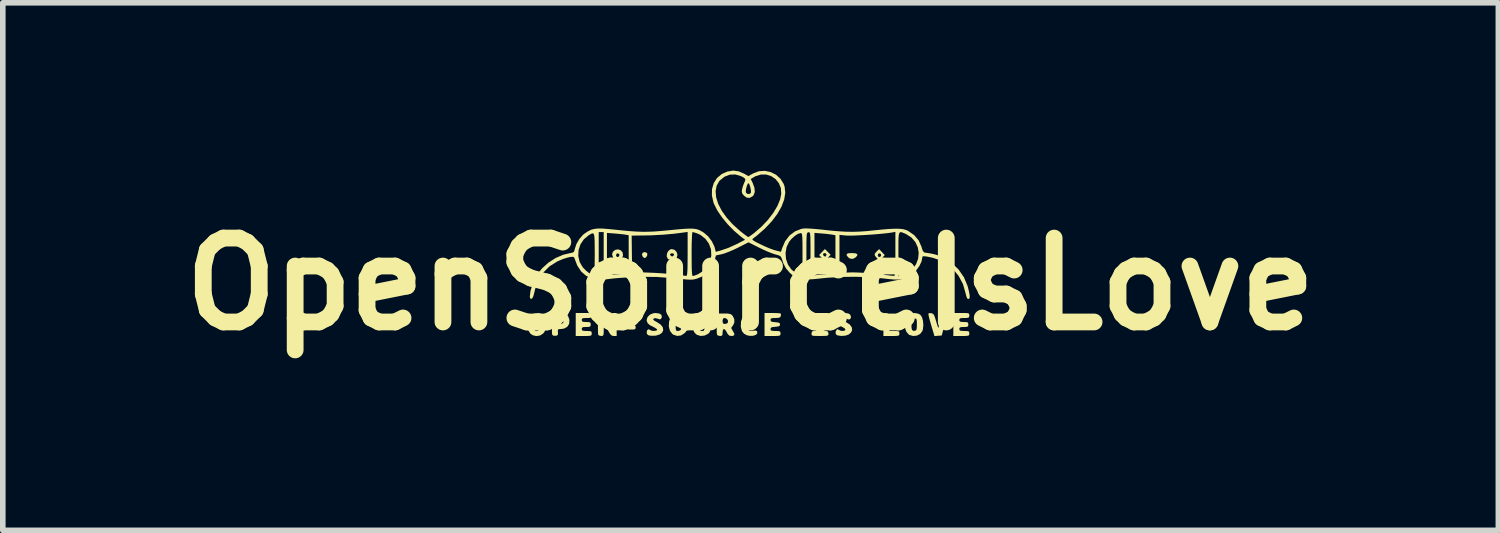
<source format=kicad_pcb>
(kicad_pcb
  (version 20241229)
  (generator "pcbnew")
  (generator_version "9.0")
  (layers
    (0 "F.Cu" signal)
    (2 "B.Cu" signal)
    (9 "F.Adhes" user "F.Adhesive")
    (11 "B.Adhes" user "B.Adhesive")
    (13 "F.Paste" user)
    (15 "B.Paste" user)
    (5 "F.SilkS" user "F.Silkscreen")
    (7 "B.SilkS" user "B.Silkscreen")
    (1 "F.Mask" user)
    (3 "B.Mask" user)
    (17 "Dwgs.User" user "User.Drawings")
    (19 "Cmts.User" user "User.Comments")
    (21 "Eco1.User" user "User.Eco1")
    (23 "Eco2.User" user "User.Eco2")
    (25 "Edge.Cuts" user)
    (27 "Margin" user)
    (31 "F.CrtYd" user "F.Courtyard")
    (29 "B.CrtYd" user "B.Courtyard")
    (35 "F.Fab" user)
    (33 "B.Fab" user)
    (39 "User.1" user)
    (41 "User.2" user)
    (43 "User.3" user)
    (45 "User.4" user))
  (footprint "OpenSourceIsLove"
    (layer "F.Cu")
    (at 10.371 2.029)
    (property "Reference" "OpenSourceIsLove" (at 0 0 0) (layer "F.SilkS") (effects (font (size 1.5 1.5) (thickness 0.3))))
    (attr board_only exclude_from_pos_files exclude_from_bom)
    (fp_poly (pts (xy -1.859 -0.56) (xy -1.846 -0.545) (xy -1.848 -0.512) (xy -1.867 -0.479) (xy -1.893 -0.464) (xy -1.893 -0.464) (xy -1.915 -0.477) (xy -1.929 -0.491) (xy -1.943 -0.528) (xy -1.928 -0.56) (xy -1.893 -0.572)) (stroke (width 0) (type solid)) (fill yes) (layer "F.SilkS"))
    (fp_poly (pts (xy 1.878 -0.549) (xy 1.909 -0.534) (xy 1.907 -0.509) (xy 1.879 -0.476) (xy 1.828 -0.449) (xy 1.776 -0.456) (xy 1.744 -0.479) (xy 1.718 -0.516) (xy 1.721 -0.539) (xy 1.754 -0.551) (xy 1.813 -0.554)) (stroke (width 0) (type solid)) (fill yes) (layer "F.SilkS"))
    (fp_poly (pts (xy -2.09 0.734) (xy -2.064 0.741) (xy -2.055 0.759) (xy -2.054 0.774) (xy -2.058 0.799) (xy -2.075 0.811) (xy -2.115 0.814) (xy -2.136 0.814) (xy -2.186 0.812) (xy -2.219 0.808) (xy -2.225 0.805) (xy -2.232 0.783) (xy -2.233 0.765) (xy -2.227 0.745) (xy -2.204 0.735) (xy -2.156 0.732) (xy -2.143 0.732)) (stroke (width 0) (type solid)) (fill yes) (layer "F.SilkS"))
    (fp_poly (pts (xy 2.425 0.521) (xy 2.448 0.525) (xy 2.463 0.535) (xy 2.471 0.558) (xy 2.476 0.602) (xy 2.479 0.674) (xy 2.479 0.683) (xy 2.484 0.84) (xy 2.573 0.84) (xy 2.626 0.841) (xy 2.652 0.848) (xy 2.661 0.867) (xy 2.661 0.884) (xy 2.66 0.906) (xy 2.651 0.92) (xy 2.626 0.926) (xy 2.579 0.929) (xy 2.519 0.929) (xy 2.376 0.929) (xy 2.376 0.722) (xy 2.376 0.516)) (stroke (width 0) (type solid)) (fill yes) (layer "F.SilkS"))
    (fp_poly (pts (xy 1.381 -0.575) (xy 1.432 -0.523) (xy 1.388 -0.476) (xy 1.35 -0.44) (xy 1.32 -0.433) (xy 1.287 -0.454) (xy 1.268 -0.473) (xy 1.226 -0.518) (xy 1.229 -0.521) (xy 1.297 -0.521) (xy 1.314 -0.499) (xy 1.337 -0.491) (xy 1.342 -0.492) (xy 1.356 -0.517) (xy 1.358 -0.528) (xy 1.344 -0.55) (xy 1.316 -0.552) (xy 1.298 -0.542) (xy 1.297 -0.521) (xy 1.229 -0.521) (xy 1.278 -0.572) (xy 1.329 -0.626)) (stroke (width 0) (type solid)) (fill yes) (layer "F.SilkS"))
    (fp_poly (pts (xy -2.319 -0.602) (xy -2.288 -0.564) (xy -2.28 -0.515) (xy -2.296 -0.469) (xy -2.337 -0.435) (xy -2.387 -0.429) (xy -2.436 -0.449) (xy -2.457 -0.472) (xy -2.471 -0.513) (xy -2.406 -0.513) (xy -2.393 -0.488) (xy -2.376 -0.482) (xy -2.353 -0.495) (xy -2.348 -0.502) (xy -2.346 -0.529) (xy -2.365 -0.547) (xy -2.391 -0.545) (xy -2.396 -0.541) (xy -2.406 -0.513) (xy -2.471 -0.513) (xy -2.476 -0.527) (xy -2.462 -0.577) (xy -2.419 -0.611) (xy -2.365 -0.62)) (stroke (width 0) (type solid)) (fill yes) (layer "F.SilkS"))
    (fp_poly (pts (xy 2.349 -0.571) (xy 2.4 -0.518) (xy 2.358 -0.473) (xy 2.323 -0.44) (xy 2.299 -0.433) (xy 2.272 -0.452) (xy 2.254 -0.47) (xy 2.223 -0.509) (xy 2.222 -0.513) (xy 2.274 -0.513) (xy 2.287 -0.488) (xy 2.304 -0.482) (xy 2.327 -0.495) (xy 2.332 -0.502) (xy 2.334 -0.529) (xy 2.315 -0.547) (xy 2.289 -0.545) (xy 2.284 -0.541) (xy 2.274 -0.513) (xy 2.222 -0.513) (xy 2.22 -0.54) (xy 2.247 -0.574) (xy 2.257 -0.584) (xy 2.299 -0.624)) (stroke (width 0) (type solid)) (fill yes) (layer "F.SilkS"))
    (fp_poly (pts (xy -1.358 -0.611) (xy -1.323 -0.574) (xy -1.307 -0.526) (xy -1.317 -0.478) (xy -1.332 -0.457) (xy -1.374 -0.435) (xy -1.426 -0.43) (xy -1.471 -0.444) (xy -1.479 -0.45) (xy -1.499 -0.492) (xy -1.496 -0.533) (xy -1.441 -0.533) (xy -1.429 -0.51) (xy -1.429 -0.509) (xy -1.404 -0.492) (xy -1.381 -0.503) (xy -1.367 -0.528) (xy -1.373 -0.541) (xy -1.403 -0.55) (xy -1.421 -0.547) (xy -1.441 -0.533) (xy -1.496 -0.533) (xy -1.495 -0.542) (xy -1.473 -0.589) (xy -1.436 -0.619) (xy -1.409 -0.625)) (stroke (width 0) (type solid)) (fill yes) (layer "F.SilkS"))
    (fp_poly (pts (xy 0.04 0.523) (xy 0.095 0.533) (xy 0.12 0.548) (xy 0.12 0.573) (xy 0.109 0.601) (xy 0.09 0.632) (xy 0.072 0.632) (xy 0.067 0.628) (xy 0.027 0.609) (xy -0.018 0.613) (xy -0.052 0.639) (xy -0.053 0.642) (xy -0.07 0.7) (xy -0.067 0.765) (xy -0.047 0.812) (xy -0.021 0.834) (xy 0.018 0.837) (xy 0.043 0.834) (xy 0.091 0.831) (xy 0.114 0.842) (xy 0.12 0.852) (xy 0.119 0.886) (xy 0.091 0.911) (xy 0.045 0.925) (xy -0.01 0.927) (xy -0.065 0.916) (xy -0.113 0.891) (xy -0.117 0.888) (xy -0.153 0.843) (xy -0.171 0.78) (xy -0.174 0.763) (xy -0.171 0.669) (xy -0.143 0.596) (xy -0.091 0.546) (xy -0.019 0.522)) (stroke (width 0) (type solid)) (fill yes) (layer "F.SilkS"))
    (fp_poly (pts (xy -2.394 0.723) (xy -2.394 0.929) (xy -2.445 0.929) (xy -2.473 0.925) (xy -2.497 0.91) (xy -2.522 0.876) (xy -2.556 0.817) (xy -2.56 0.808) (xy -2.625 0.688) (xy -2.625 0.808) (xy -2.626 0.872) (xy -2.63 0.908) (xy -2.641 0.924) (xy -2.661 0.929) (xy -2.671 0.929) (xy -2.708 0.921) (xy -2.724 0.907) (xy -2.727 0.88) (xy -2.729 0.827) (xy -2.729 0.755) (xy -2.728 0.706) (xy -2.724 0.527) (xy -2.667 0.521) (xy -2.636 0.521) (xy -2.613 0.53) (xy -2.59 0.557) (xy -2.562 0.607) (xy -2.551 0.629) (xy -2.492 0.741) (xy -2.486 0.63) (xy -2.483 0.569) (xy -2.476 0.535) (xy -2.463 0.521) (xy -2.439 0.518) (xy -2.437 0.518) (xy -2.394 0.518)) (stroke (width 0) (type solid)) (fill yes) (layer "F.SilkS"))
    (fp_poly (pts (xy 3.509 0.525) (xy 3.515 0.542) (xy 3.511 0.576) (xy 3.497 0.633) (xy 3.474 0.718) (xy 3.468 0.741) (xy 3.418 0.92) (xy 3.354 0.925) (xy 3.289 0.931) (xy 3.243 0.779) (xy 3.221 0.703) (xy 3.201 0.633) (xy 3.188 0.582) (xy 3.186 0.571) (xy 3.18 0.533) (xy 3.192 0.52) (xy 3.226 0.521) (xy 3.253 0.527) (xy 3.272 0.542) (xy 3.289 0.573) (xy 3.307 0.628) (xy 3.317 0.661) (xy 3.335 0.722) (xy 3.35 0.767) (xy 3.358 0.786) (xy 3.358 0.786) (xy 3.364 0.765) (xy 3.375 0.72) (xy 3.389 0.658) (xy 3.391 0.652) (xy 3.408 0.587) (xy 3.422 0.548) (xy 3.439 0.529) (xy 3.464 0.522) (xy 3.47 0.521) (xy 3.494 0.52)) (stroke (width 0) (type solid)) (fill yes) (layer "F.SilkS"))
    (fp_poly (pts (xy -3.345 0.531) (xy -3.292 0.547) (xy -3.26 0.579) (xy -3.242 0.631) (xy -3.239 0.647) (xy -3.244 0.713) (xy -3.278 0.765) (xy -3.336 0.797) (xy -3.385 0.804) (xy -3.428 0.806) (xy -3.445 0.819) (xy -3.445 0.853) (xy -3.444 0.862) (xy -3.444 0.902) (xy -3.459 0.92) (xy -3.488 0.926) (xy -3.53 0.922) (xy -3.546 0.906) (xy -3.55 0.879) (xy -3.552 0.824) (xy -3.552 0.753) (xy -3.551 0.704) (xy -3.55 0.669) (xy -3.447 0.669) (xy -3.44 0.704) (xy -3.412 0.714) (xy -3.402 0.714) (xy -3.364 0.705) (xy -3.346 0.686) (xy -3.349 0.652) (xy -3.363 0.63) (xy -3.4 0.611) (xy -3.431 0.623) (xy -3.447 0.661) (xy -3.447 0.669) (xy -3.55 0.669) (xy -3.546 0.527) (xy -3.426 0.527)) (stroke (width 0) (type solid)) (fill yes) (layer "F.SilkS"))
    (fp_poly (pts (xy -1.198 0.547) (xy -1.172 0.573) (xy -1.142 0.616) (xy -1.129 0.663) (xy -1.125 0.726) (xy -1.128 0.788) (xy -1.14 0.83) (xy -1.166 0.865) (xy -1.178 0.877) (xy -1.242 0.919) (xy -1.312 0.928) (xy -1.381 0.905) (xy -1.399 0.892) (xy -1.441 0.838) (xy -1.461 0.761) (xy -1.46 0.732) (xy -1.34 0.732) (xy -1.339 0.791) (xy -1.333 0.824) (xy -1.321 0.837) (xy -1.297 0.84) (xy -1.297 0.84) (xy -1.26 0.829) (xy -1.243 0.811) (xy -1.233 0.761) (xy -1.234 0.704) (xy -1.244 0.653) (xy -1.259 0.625) (xy -1.296 0.607) (xy -1.322 0.623) (xy -1.336 0.672) (xy -1.34 0.732) (xy -1.46 0.732) (xy -1.457 0.672) (xy -1.457 0.668) (xy -1.429 0.596) (xy -1.382 0.545) (xy -1.322 0.519) (xy -1.259 0.519)) (stroke (width 0) (type solid)) (fill yes) (layer "F.SilkS"))
    (fp_poly (pts (xy -0.714 0.685) (xy -0.715 0.765) (xy -0.718 0.817) (xy -0.725 0.849) (xy -0.739 0.871) (xy -0.76 0.891) (xy -0.762 0.892) (xy -0.823 0.922) (xy -0.893 0.928) (xy -0.956 0.909) (xy -0.979 0.893) (xy -1.008 0.859) (xy -1.025 0.818) (xy -1.033 0.762) (xy -1.034 0.681) (xy -1.032 0.652) (xy -1.029 0.586) (xy -1.023 0.549) (xy -1.012 0.53) (xy -0.991 0.523) (xy -0.978 0.521) (xy -0.929 0.516) (xy -0.929 0.649) (xy -0.927 0.735) (xy -0.921 0.791) (xy -0.909 0.823) (xy -0.888 0.837) (xy -0.865 0.84) (xy -0.845 0.838) (xy -0.832 0.828) (xy -0.825 0.802) (xy -0.821 0.754) (xy -0.818 0.683) (xy -0.815 0.608) (xy -0.811 0.562) (xy -0.803 0.537) (xy -0.789 0.526) (xy -0.767 0.522) (xy -0.764 0.521) (xy -0.714 0.516)) (stroke (width 0) (type solid)) (fill yes) (layer "F.SilkS"))
    (fp_poly (pts (xy 3.005 0.532) (xy 3.037 0.551) (xy 3.065 0.592) (xy 3.083 0.656) (xy 3.09 0.731) (xy 3.083 0.803) (xy 3.072 0.841) (xy 3.033 0.892) (xy 2.975 0.922) (xy 2.907 0.929) (xy 2.842 0.911) (xy 2.828 0.902) (xy 2.786 0.853) (xy 2.762 0.784) (xy 2.762 0.775) (xy 2.878 0.775) (xy 2.886 0.818) (xy 2.907 0.836) (xy 2.934 0.836) (xy 2.956 0.83) (xy 2.968 0.812) (xy 2.973 0.776) (xy 2.974 0.723) (xy 2.973 0.664) (xy 2.968 0.632) (xy 2.955 0.619) (xy 2.931 0.616) (xy 2.929 0.616) (xy 2.902 0.62) (xy 2.888 0.636) (xy 2.881 0.675) (xy 2.879 0.703) (xy 2.878 0.775) (xy 2.762 0.775) (xy 2.758 0.706) (xy 2.772 0.63) (xy 2.807 0.568) (xy 2.815 0.56) (xy 2.87 0.527) (xy 2.938 0.518)) (stroke (width 0) (type solid)) (fill yes) (layer "F.SilkS"))
    (fp_poly (pts (xy -1.632 0.527) (xy -1.594 0.551) (xy -1.586 0.589) (xy -1.59 0.602) (xy -1.605 0.627) (xy -1.627 0.631) (xy -1.66 0.62) (xy -1.705 0.609) (xy -1.732 0.617) (xy -1.735 0.62) (xy -1.74 0.637) (xy -1.718 0.657) (xy -1.674 0.681) (xy -1.607 0.725) (xy -1.569 0.775) (xy -1.561 0.825) (xy -1.584 0.872) (xy -1.626 0.902) (xy -1.695 0.923) (xy -1.777 0.925) (xy -1.826 0.917) (xy -1.852 0.893) (xy -1.858 0.866) (xy -1.848 0.825) (xy -1.826 0.808) (xy -1.799 0.82) (xy -1.767 0.835) (xy -1.723 0.839) (xy -1.684 0.832) (xy -1.67 0.822) (xy -1.678 0.804) (xy -1.71 0.782) (xy -1.727 0.773) (xy -1.798 0.737) (xy -1.839 0.701) (xy -1.856 0.661) (xy -1.858 0.642) (xy -1.841 0.589) (xy -1.798 0.546) (xy -1.736 0.522) (xy -1.698 0.518)) (stroke (width 0) (type solid)) (fill yes) (layer "F.SilkS"))
    (fp_poly (pts (xy 1.754 0.529) (xy 1.774 0.54) (xy 1.793 0.569) (xy 1.794 0.602) (xy 1.781 0.628) (xy 1.757 0.634) (xy 1.753 0.633) (xy 1.692 0.613) (xy 1.652 0.611) (xy 1.637 0.623) (xy 1.65 0.646) (xy 1.695 0.675) (xy 1.707 0.681) (xy 1.774 0.724) (xy 1.81 0.773) (xy 1.817 0.821) (xy 1.798 0.865) (xy 1.758 0.901) (xy 1.697 0.923) (xy 1.62 0.928) (xy 1.55 0.917) (xy 1.524 0.895) (xy 1.521 0.855) (xy 1.536 0.822) (xy 1.555 0.805) (xy 1.575 0.817) (xy 1.606 0.834) (xy 1.647 0.839) (xy 1.682 0.833) (xy 1.697 0.815) (xy 1.697 0.815) (xy 1.682 0.792) (xy 1.645 0.77) (xy 1.639 0.767) (xy 1.568 0.731) (xy 1.529 0.689) (xy 1.518 0.642) (xy 1.534 0.591) (xy 1.576 0.551) (xy 1.633 0.524) (xy 1.695 0.516)) (stroke (width 0) (type solid)) (fill yes) (layer "F.SilkS"))
    (fp_poly (pts (xy -3.741 0.532) (xy -3.708 0.56) (xy -3.682 0.591) (xy -3.668 0.625) (xy -3.662 0.676) (xy -3.662 0.72) (xy -3.664 0.788) (xy -3.673 0.832) (xy -3.692 0.866) (xy -3.706 0.882) (xy -3.763 0.92) (xy -3.832 0.931) (xy -3.899 0.914) (xy -3.938 0.886) (xy -3.98 0.82) (xy -3.989 0.775) (xy -3.874 0.775) (xy -3.865 0.818) (xy -3.845 0.836) (xy -3.818 0.836) (xy -3.796 0.83) (xy -3.784 0.812) (xy -3.779 0.776) (xy -3.778 0.723) (xy -3.779 0.664) (xy -3.784 0.632) (xy -3.797 0.619) (xy -3.821 0.616) (xy -3.823 0.616) (xy -3.85 0.62) (xy -3.864 0.636) (xy -3.871 0.675) (xy -3.873 0.703) (xy -3.874 0.775) (xy -3.989 0.775) (xy -3.996 0.737) (xy -3.985 0.648) (xy -3.961 0.585) (xy -3.926 0.548) (xy -3.869 0.528) (xy -3.833 0.523) (xy -3.778 0.52)) (stroke (width 0) (type solid)) (fill yes) (layer "F.SilkS"))
    (fp_poly (pts (xy -2.912 0.518) (xy -2.87 0.521) (xy -2.848 0.529) (xy -2.841 0.544) (xy -2.84 0.563) (xy -2.843 0.589) (xy -2.858 0.602) (xy -2.894 0.607) (xy -2.929 0.607) (xy -2.983 0.609) (xy -3.01 0.617) (xy -3.018 0.635) (xy -3.019 0.643) (xy -3.013 0.665) (xy -2.992 0.676) (xy -2.944 0.679) (xy -2.938 0.679) (xy -2.889 0.681) (xy -2.865 0.69) (xy -2.858 0.711) (xy -2.858 0.723) (xy -2.861 0.751) (xy -2.878 0.764) (xy -2.917 0.768) (xy -2.938 0.768) (xy -2.989 0.77) (xy -3.012 0.78) (xy -3.019 0.801) (xy -3.019 0.804) (xy -3.014 0.825) (xy -2.994 0.836) (xy -2.95 0.839) (xy -2.929 0.84) (xy -2.876 0.841) (xy -2.85 0.848) (xy -2.841 0.866) (xy -2.84 0.884) (xy -2.842 0.906) (xy -2.851 0.92) (xy -2.876 0.926) (xy -2.923 0.929) (xy -2.983 0.929) (xy -3.126 0.929) (xy -3.126 0.723) (xy -3.126 0.518) (xy -2.983 0.518)) (stroke (width 0) (type solid)) (fill yes) (layer "F.SilkS"))
    (fp_poly (pts (xy 3.84 0.518) (xy 3.882 0.521) (xy 3.904 0.529) (xy 3.911 0.544) (xy 3.912 0.563) (xy 3.909 0.589) (xy 3.894 0.602) (xy 3.858 0.607) (xy 3.823 0.607) (xy 3.769 0.609) (xy 3.742 0.617) (xy 3.734 0.635) (xy 3.733 0.643) (xy 3.738 0.665) (xy 3.76 0.676) (xy 3.808 0.679) (xy 3.814 0.679) (xy 3.863 0.681) (xy 3.887 0.69) (xy 3.894 0.711) (xy 3.894 0.723) (xy 3.891 0.751) (xy 3.874 0.764) (xy 3.835 0.768) (xy 3.814 0.768) (xy 3.763 0.77) (xy 3.74 0.78) (xy 3.733 0.801) (xy 3.733 0.804) (xy 3.738 0.825) (xy 3.758 0.836) (xy 3.802 0.839) (xy 3.823 0.84) (xy 3.876 0.841) (xy 3.902 0.848) (xy 3.911 0.866) (xy 3.912 0.884) (xy 3.91 0.906) (xy 3.901 0.92) (xy 3.876 0.926) (xy 3.829 0.929) (xy 3.769 0.929) (xy 3.626 0.929) (xy 3.626 0.723) (xy 3.626 0.518) (xy 3.769 0.518)) (stroke (width 0) (type solid)) (fill yes) (layer "F.SilkS"))
    (fp_poly (pts (xy 0.457 0.519) (xy 0.51 0.522) (xy 0.538 0.527) (xy 0.54 0.528) (xy 0.544 0.551) (xy 0.541 0.573) (xy 0.528 0.594) (xy 0.5 0.605) (xy 0.446 0.607) (xy 0.444 0.607) (xy 0.392 0.609) (xy 0.365 0.618) (xy 0.357 0.636) (xy 0.357 0.642) (xy 0.363 0.664) (xy 0.387 0.676) (xy 0.438 0.682) (xy 0.442 0.682) (xy 0.494 0.688) (xy 0.52 0.699) (xy 0.527 0.72) (xy 0.527 0.723) (xy 0.521 0.746) (xy 0.498 0.758) (xy 0.449 0.764) (xy 0.442 0.765) (xy 0.39 0.77) (xy 0.364 0.782) (xy 0.357 0.803) (xy 0.357 0.805) (xy 0.362 0.826) (xy 0.383 0.836) (xy 0.428 0.839) (xy 0.447 0.84) (xy 0.5 0.841) (xy 0.526 0.848) (xy 0.535 0.866) (xy 0.536 0.884) (xy 0.534 0.906) (xy 0.525 0.92) (xy 0.5 0.926) (xy 0.453 0.929) (xy 0.393 0.929) (xy 0.25 0.929) (xy 0.25 0.723) (xy 0.25 0.518) (xy 0.39 0.518)) (stroke (width 0) (type solid)) (fill yes) (layer "F.SilkS"))
    (fp_poly (pts (xy 1.39 0.567) (xy 1.379 0.604) (xy 1.35 0.616) (xy 1.34 0.616) (xy 1.315 0.619) (xy 1.302 0.631) (xy 1.296 0.662) (xy 1.295 0.72) (xy 1.295 0.723) (xy 1.296 0.783) (xy 1.301 0.816) (xy 1.315 0.83) (xy 1.341 0.836) (xy 1.344 0.836) (xy 1.381 0.848) (xy 1.393 0.877) (xy 1.393 0.885) (xy 1.392 0.906) (xy 1.382 0.919) (xy 1.358 0.926) (xy 1.312 0.928) (xy 1.241 0.929) (xy 1.168 0.928) (xy 1.123 0.926) (xy 1.1 0.919) (xy 1.091 0.906) (xy 1.09 0.884) (xy 1.097 0.85) (xy 1.126 0.84) (xy 1.134 0.84) (xy 1.158 0.837) (xy 1.172 0.826) (xy 1.177 0.797) (xy 1.179 0.742) (xy 1.179 0.723) (xy 1.177 0.665) (xy 1.172 0.624) (xy 1.166 0.609) (xy 1.116 0.608) (xy 1.092 0.584) (xy 1.09 0.563) (xy 1.091 0.541) (xy 1.1 0.528) (xy 1.123 0.521) (xy 1.168 0.518) (xy 1.241 0.518) (xy 1.243 0.518) (xy 1.396 0.518)) (stroke (width 0) (type solid)) (fill yes) (layer "F.SilkS"))
    (fp_poly (pts (xy -0.409 0.528) (xy -0.366 0.535) (xy -0.339 0.549) (xy -0.32 0.569) (xy -0.291 0.627) (xy -0.29 0.689) (xy -0.315 0.743) (xy -0.32 0.748) (xy -0.341 0.773) (xy -0.343 0.794) (xy -0.324 0.827) (xy -0.32 0.833) (xy -0.292 0.884) (xy -0.291 0.914) (xy -0.317 0.927) (xy -0.34 0.929) (xy -0.38 0.922) (xy -0.407 0.896) (xy -0.423 0.866) (xy -0.448 0.826) (xy -0.472 0.805) (xy -0.477 0.804) (xy -0.494 0.82) (xy -0.5 0.866) (xy -0.503 0.909) (xy -0.518 0.926) (xy -0.545 0.929) (xy -0.583 0.921) (xy -0.6 0.905) (xy -0.603 0.878) (xy -0.605 0.824) (xy -0.605 0.753) (xy -0.604 0.704) (xy -0.602 0.661) (xy -0.5 0.661) (xy -0.495 0.699) (xy -0.475 0.713) (xy -0.457 0.714) (xy -0.42 0.704) (xy -0.404 0.685) (xy -0.405 0.647) (xy -0.432 0.617) (xy -0.467 0.607) (xy -0.491 0.617) (xy -0.5 0.651) (xy -0.5 0.661) (xy -0.602 0.661) (xy -0.598 0.527) (xy -0.476 0.527)) (stroke (width 0) (type solid)) (fill yes) (layer "F.SilkS"))
    (fp_poly (pts (xy -0.211 -2.015) (xy -0.113 -1.972) (xy -0.039 -1.93) (xy 0.047 -1.978) (xy 0.15 -2.017) (xy 0.256 -2.024) (xy 0.36 -2.002) (xy 0.455 -1.955) (xy 0.534 -1.884) (xy 0.591 -1.793) (xy 0.609 -1.743) (xy 0.621 -1.633) (xy 0.602 -1.513) (xy 0.554 -1.385) (xy 0.479 -1.253) (xy 0.378 -1.12) (xy 0.255 -0.99) (xy 0.111 -0.864) (xy 0.047 -0.816) (xy 0.034 -0.804) (xy 0.036 -0.791) (xy 0.055 -0.775) (xy 0.098 -0.75) (xy 0.168 -0.715) (xy 0.181 -0.709) (xy 0.263 -0.67) (xy 0.347 -0.635) (xy 0.418 -0.609) (xy 0.447 -0.601) (xy 0.545 -0.576) (xy 0.565 -0.642) (xy 0.619 -0.766) (xy 0.696 -0.867) (xy 0.794 -0.941) (xy 0.907 -0.986) (xy 0.94 -0.992) (xy 0.984 -0.995) (xy 1.054 -0.992) (xy 1.141 -0.986) (xy 1.236 -0.977) (xy 1.25 -0.976) (xy 1.429 -0.956) (xy 1.581 -0.943) (xy 1.714 -0.935) (xy 1.838 -0.934) (xy 1.959 -0.938) (xy 2.087 -0.947) (xy 2.188 -0.958) (xy 2.349 -0.974) (xy 2.479 -0.985) (xy 2.582 -0.989) (xy 2.664 -0.988) (xy 2.728 -0.981) (xy 2.779 -0.967) (xy 2.814 -0.952) (xy 2.925 -0.876) (xy 3.006 -0.781) (xy 3.057 -0.666) (xy 3.061 -0.65) (xy 3.081 -0.593) (xy 3.104 -0.566) (xy 3.118 -0.562) (xy 3.217 -0.547) (xy 3.294 -0.531) (xy 3.36 -0.51) (xy 3.429 -0.48) (xy 3.452 -0.469) (xy 3.598 -0.377) (xy 3.72 -0.26) (xy 3.816 -0.12) (xy 3.882 0.039) (xy 3.903 0.121) (xy 3.917 0.194) (xy 3.919 0.238) (xy 3.911 0.261) (xy 3.89 0.268) (xy 3.887 0.268) (xy 3.871 0.251) (xy 3.855 0.206) (xy 3.844 0.16) (xy 3.798 -0.001) (xy 3.721 -0.144) (xy 3.636 -0.248) (xy 3.521 -0.35) (xy 3.4 -0.422) (xy 3.262 -0.468) (xy 3.238 -0.474) (xy 3.161 -0.49) (xy 3.112 -0.497) (xy 3.085 -0.497) (xy 3.074 -0.489) (xy 3.072 -0.478) (xy 3.057 -0.402) (xy 3.017 -0.32) (xy 2.959 -0.239) (xy 2.889 -0.17) (xy 2.824 -0.126) (xy 2.771 -0.102) (xy 2.717 -0.087) (xy 2.656 -0.08) (xy 2.579 -0.08) (xy 2.481 -0.088) (xy 2.374 -0.1) (xy 2.139 -0.121) (xy 1.884 -0.13) (xy 1.624 -0.127) (xy 1.372 -0.112) (xy 1.263 -0.101) (xy 1.124 -0.087) (xy 1.014 -0.081) (xy 0.926 -0.086) (xy 0.855 -0.102) (xy 0.793 -0.13) (xy 0.735 -0.171) (xy 0.7 -0.203) (xy 0.634 -0.279) (xy 0.587 -0.369) (xy 0.565 -0.434) (xy 0.55 -0.475) (xy 0.531 -0.5) (xy 0.495 -0.516) (xy 0.446 -0.529) (xy 0.39 -0.547) (xy 0.367 -0.556) (xy 0.626 -0.556) (xy 0.634 -0.449) (xy 0.668 -0.349) (xy 0.727 -0.265) (xy 0.737 -0.254) (xy 0.784 -0.218) (xy 0.838 -0.185) (xy 0.886 -0.165) (xy 0.907 -0.161) (xy 0.914 -0.169) (xy 0.92 -0.196) (xy 0.924 -0.246) (xy 0.927 -0.321) (xy 0.929 -0.426) (xy 0.929 -0.536) (xy 0.929 -0.639) (xy 0.999 -0.639) (xy 0.999 -0.54) (xy 0.999 -0.428) (xy 0.999 -0.327) (xy 1 -0.245) (xy 1 -0.186) (xy 1 -0.155) (xy 1 -0.152) (xy 1.015 -0.145) (xy 1.036 -0.143) (xy 1.048 -0.144) (xy 1.056 -0.151) (xy 1.063 -0.168) (xy 1.067 -0.199) (xy 1.07 -0.249) (xy 1.071 -0.321) (xy 1.072 -0.422) (xy 1.072 -0.536) (xy 1.143 -0.536) (xy 1.143 -0.157) (xy 1.264 -0.168) (xy 1.338 -0.176) (xy 1.408 -0.184) (xy 1.451 -0.19) (xy 1.518 -0.2) (xy 1.518 -0.536) (xy 1.518 -0.872) (xy 1.485 -0.879) (xy 1.59 -0.879) (xy 1.59 -0.539) (xy 1.59 -0.199) (xy 1.755 -0.207) (xy 1.845 -0.208) (xy 1.962 -0.204) (xy 2.095 -0.195) (xy 2.233 -0.182) (xy 2.336 -0.17) (xy 2.427 -0.16) (xy 2.5 -0.152) (xy 2.55 -0.147) (xy 2.568 -0.145) (xy 2.575 -0.152) (xy 2.581 -0.178) (xy 2.585 -0.226) (xy 2.588 -0.298) (xy 2.59 -0.4) (xy 2.59 -0.534) (xy 2.59 -0.538) (xy 2.59 -0.638) (xy 2.644 -0.638) (xy 2.644 -0.534) (xy 2.644 -0.14) (xy 2.702 -0.152) (xy 2.758 -0.17) (xy 2.804 -0.192) (xy 2.896 -0.266) (xy 2.96 -0.355) (xy 2.997 -0.454) (xy 3.007 -0.557) (xy 2.99 -0.658) (xy 2.947 -0.751) (xy 2.877 -0.832) (xy 2.782 -0.893) (xy 2.765 -0.901) (xy 2.726 -0.917) (xy 2.697 -0.927) (xy 2.675 -0.927) (xy 2.661 -0.912) (xy 2.651 -0.88) (xy 2.646 -0.826) (xy 2.644 -0.747) (xy 2.644 -0.638) (xy 2.59 -0.638) (xy 2.59 -0.933) (xy 2.532 -0.922) (xy 2.464 -0.912) (xy 2.372 -0.902) (xy 2.263 -0.892) (xy 2.146 -0.883) (xy 2.028 -0.876) (xy 1.917 -0.87) (xy 1.82 -0.866) (xy 1.746 -0.866) (xy 1.71 -0.867) (xy 1.59 -0.879) (xy 1.485 -0.879) (xy 1.469 -0.882) (xy 1.427 -0.888) (xy 1.363 -0.896) (xy 1.29 -0.903) (xy 1.282 -0.903) (xy 1.143 -0.915) (xy 1.143 -0.536) (xy 1.072 -0.536) (xy 1.072 -0.537) (xy 1.072 -0.665) (xy 1.071 -0.762) (xy 1.07 -0.832) (xy 1.067 -0.879) (xy 1.062 -0.907) (xy 1.056 -0.922) (xy 1.047 -0.926) (xy 1.035 -0.926) (xy 1.023 -0.922) (xy 1.014 -0.914) (xy 1.007 -0.896) (xy 1.003 -0.865) (xy 1.001 -0.814) (xy 0.999 -0.74) (xy 0.999 -0.639) (xy 0.929 -0.639) (xy 0.929 -0.661) (xy 0.928 -0.754) (xy 0.926 -0.821) (xy 0.923 -0.866) (xy 0.918 -0.893) (xy 0.911 -0.906) (xy 0.901 -0.911) (xy 0.896 -0.911) (xy 0.847 -0.897) (xy 0.789 -0.859) (xy 0.73 -0.805) (xy 0.689 -0.754) (xy 0.644 -0.661) (xy 0.626 -0.556) (xy 0.367 -0.556) (xy 0.313 -0.577) (xy 0.227 -0.615) (xy 0.155 -0.65) (xy -0.037 -0.746) (xy -0.226 -0.65) (xy -0.312 -0.609) (xy -0.398 -0.573) (xy -0.473 -0.545) (xy -0.516 -0.533) (xy -0.618 -0.512) (xy -0.649 -0.406) (xy -0.699 -0.296) (xy -0.775 -0.203) (xy -0.872 -0.132) (xy -0.954 -0.098) (xy -0.994 -0.087) (xy -1.032 -0.08) (xy -1.074 -0.078) (xy -1.127 -0.08) (xy -1.199 -0.086) (xy -1.297 -0.096) (xy -1.335 -0.101) (xy -1.681 -0.127) (xy -2.036 -0.129) (xy -2.385 -0.106) (xy -2.449 -0.1) (xy -2.556 -0.087) (xy -2.635 -0.08) (xy -2.693 -0.077) (xy -2.737 -0.078) (xy -2.775 -0.083) (xy -2.814 -0.093) (xy -2.83 -0.097) (xy -2.939 -0.146) (xy -3.028 -0.223) (xy -3.099 -0.331) (xy -3.151 -0.468) (xy -3.153 -0.476) (xy -3.174 -0.487) (xy -3.219 -0.485) (xy -3.284 -0.47) (xy -3.36 -0.445) (xy -3.442 -0.41) (xy -3.459 -0.402) (xy -3.595 -0.316) (xy -3.706 -0.205) (xy -3.792 -0.07) (xy -3.851 0.087) (xy -3.865 0.144) (xy -3.883 0.215) (xy -3.902 0.254) (xy -3.918 0.265) (xy -3.94 0.259) (xy -3.947 0.227) (xy -3.947 0.22) (xy -3.934 0.119) (xy -3.899 0.006) (xy -3.846 -0.109) (xy -3.78 -0.216) (xy -3.728 -0.28) (xy -3.615 -0.382) (xy -3.484 -0.466) (xy -3.398 -0.503) (xy -3.081 -0.503) (xy -3.057 -0.398) (xy -3.002 -0.301) (xy -2.996 -0.295) (xy -2.945 -0.242) (xy -2.889 -0.197) (xy -2.838 -0.168) (xy -2.809 -0.161) (xy -2.801 -0.169) (xy -2.795 -0.196) (xy -2.791 -0.246) (xy -2.788 -0.321) (xy -2.787 -0.426) (xy -2.786 -0.536) (xy -2.715 -0.536) (xy -2.715 -0.143) (xy -2.67 -0.143) (xy -2.626 -0.143) (xy -2.626 -0.536) (xy -2.626 -0.914) (xy -2.568 -0.914) (xy -2.568 -0.536) (xy -2.568 -0.157) (xy -2.423 -0.169) (xy -2.347 -0.176) (xy -2.28 -0.183) (xy -2.234 -0.189) (xy -2.228 -0.19) (xy -2.179 -0.199) (xy -2.179 -0.536) (xy -2.179 -0.866) (xy -2.126 -0.866) (xy -2.122 -0.54) (xy -2.117 -0.214) (xy -1.84 -0.205) (xy -1.723 -0.2) (xy -1.599 -0.193) (xy -1.481 -0.183) (xy -1.382 -0.174) (xy -1.366 -0.172) (xy -1.285 -0.162) (xy -1.216 -0.153) (xy -1.167 -0.148) (xy -1.148 -0.145) (xy -1.14 -0.152) (xy -1.134 -0.178) (xy -1.13 -0.226) (xy -1.127 -0.298) (xy -1.126 -0.4) (xy -1.125 -0.534) (xy -1.125 -0.536) (xy -1.054 -0.536) (xy -1.053 -0.401) (xy -1.052 -0.299) (xy -1.049 -0.225) (xy -1.045 -0.177) (xy -1.039 -0.151) (xy -1.032 -0.143) (xy -1.002 -0.151) (xy -0.956 -0.168) (xy -0.938 -0.176) (xy -0.835 -0.241) (xy -0.761 -0.328) (xy -0.715 -0.436) (xy -0.702 -0.509) (xy -0.707 -0.619) (xy -0.744 -0.721) (xy -0.808 -0.81) (xy -0.895 -0.878) (xy -0.963 -0.909) (xy -1.007 -0.922) (xy -1.037 -0.929) (xy -1.039 -0.929) (xy -1.043 -0.912) (xy -1.047 -0.864) (xy -1.05 -0.791) (xy -1.053 -0.697) (xy -1.054 -0.589) (xy -1.054 -0.536) (xy -1.125 -0.536) (xy -1.125 -0.537) (xy -1.125 -0.932) (xy -1.192 -0.922) (xy -1.373 -0.899) (xy -1.571 -0.882) (xy -1.771 -0.871) (xy -1.88 -0.869) (xy -2.126 -0.866) (xy -2.179 -0.866) (xy -2.179 -0.872) (xy -2.228 -0.882) (xy -2.269 -0.888) (xy -2.334 -0.895) (xy -2.408 -0.902) (xy -2.423 -0.903) (xy -2.568 -0.914) (xy -2.626 -0.914) (xy -2.626 -0.929) (xy -2.67 -0.929) (xy -2.715 -0.929) (xy -2.715 -0.536) (xy -2.786 -0.536) (xy -2.787 -0.666) (xy -2.788 -0.763) (xy -2.791 -0.833) (xy -2.797 -0.878) (xy -2.808 -0.901) (xy -2.824 -0.907) (xy -2.847 -0.9) (xy -2.878 -0.882) (xy -2.892 -0.874) (xy -2.98 -0.801) (xy -3.041 -0.711) (xy -3.075 -0.609) (xy -3.081 -0.503) (xy -3.398 -0.503) (xy -3.346 -0.525) (xy -3.234 -0.551) (xy -3.184 -0.561) (xy -3.159 -0.576) (xy -3.147 -0.606) (xy -3.143 -0.627) (xy -3.114 -0.715) (xy -3.062 -0.804) (xy -2.996 -0.88) (xy -2.96 -0.908) (xy -2.903 -0.945) (xy -2.85 -0.971) (xy -2.793 -0.986) (xy -2.727 -0.993) (xy -2.644 -0.992) (xy -2.536 -0.983) (xy -2.462 -0.976) (xy -2.296 -0.959) (xy -2.158 -0.946) (xy -2.039 -0.938) (xy -1.933 -0.934) (xy -1.832 -0.935) (xy -1.727 -0.939) (xy -1.611 -0.948) (xy -1.477 -0.96) (xy -1.439 -0.964) (xy -1.297 -0.978) (xy -1.185 -0.987) (xy -1.097 -0.991) (xy -1.028 -0.99) (xy -0.974 -0.983) (xy -0.927 -0.969) (xy -0.884 -0.948) (xy -0.838 -0.92) (xy -0.835 -0.918) (xy -0.758 -0.852) (xy -0.693 -0.766) (xy -0.648 -0.674) (xy -0.641 -0.65) (xy -0.622 -0.576) (xy -0.539 -0.598) (xy -0.398 -0.646) (xy -0.241 -0.717) (xy -0.197 -0.74) (xy -0.098 -0.791) (xy -0.17 -0.846) (xy -0.293 -0.951) (xy -0.409 -1.069) (xy -0.511 -1.193) (xy -0.594 -1.315) (xy -0.652 -1.43) (xy -0.663 -1.457) (xy -0.691 -1.582) (xy -0.69 -1.659) (xy -0.625 -1.659) (xy -0.615 -1.55) (xy -0.578 -1.433) (xy -0.515 -1.311) (xy -0.427 -1.187) (xy -0.317 -1.065) (xy -0.185 -0.947) (xy -0.127 -0.901) (xy -0.079 -0.865) (xy -0.048 -0.843) (xy -0.041 -0.84) (xy -0.022 -0.85) (xy 0.016 -0.876) (xy 0.065 -0.913) (xy 0.194 -1.024) (xy 0.308 -1.144) (xy 0.405 -1.27) (xy 0.48 -1.395) (xy 0.529 -1.514) (xy 0.549 -1.613) (xy 0.542 -1.716) (xy 0.505 -1.806) (xy 0.446 -1.878) (xy 0.369 -1.93) (xy 0.28 -1.958) (xy 0.185 -1.958) (xy 0.088 -1.928) (xy 0.06 -1.912) (xy 0.003 -1.878) (xy 0.039 -1.806) (xy 0.07 -1.72) (xy 0.076 -1.646) (xy 0.055 -1.589) (xy 0.037 -1.57) (xy -0.017 -1.54) (xy -0.069 -1.545) (xy -0.119 -1.582) (xy -0.149 -1.62) (xy -0.157 -1.658) (xy -0.157 -1.659) (xy -0.086 -1.659) (xy -0.083 -1.636) (xy -0.06 -1.613) (xy -0.025 -1.609) (xy 0.002 -1.626) (xy 0.006 -1.632) (xy 0.008 -1.663) (xy 0.001 -1.709) (xy -0.011 -1.756) (xy -0.025 -1.792) (xy -0.037 -1.804) (xy -0.052 -1.789) (xy -0.068 -1.75) (xy -0.08 -1.703) (xy -0.086 -1.659) (xy -0.157 -1.659) (xy -0.152 -1.693) (xy -0.136 -1.752) (xy -0.115 -1.806) (xy -0.115 -1.807) (xy -0.095 -1.851) (xy -0.096 -1.88) (xy -0.122 -1.904) (xy -0.166 -1.928) (xy -0.269 -1.959) (xy -0.37 -1.956) (xy -0.465 -1.92) (xy -0.549 -1.852) (xy -0.56 -1.84) (xy -0.607 -1.757) (xy -0.625 -1.659) (xy -0.69 -1.659) (xy -0.689 -1.7) (xy -0.657 -1.806) (xy -0.599 -1.897) (xy -0.515 -1.967) (xy -0.416 -2.011) (xy -0.311 -2.029)) (stroke (width 0) (type solid)) (fill yes) (layer "F.SilkS")))
  (gr_rect
    (start -3 -3)
    (end 23.743 6.433)
    (stroke (width 0.1) (type default))
    (fill no)
    (layer "Edge.Cuts")))
</source>
